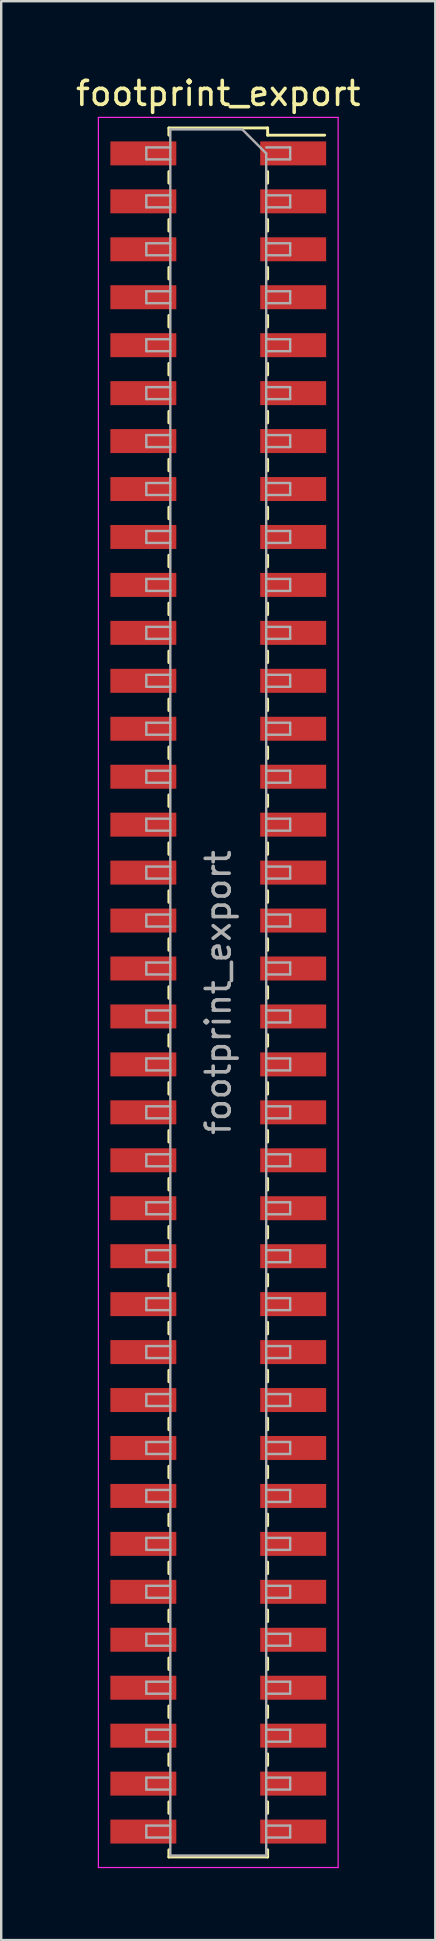
<source format=kicad_pcb>
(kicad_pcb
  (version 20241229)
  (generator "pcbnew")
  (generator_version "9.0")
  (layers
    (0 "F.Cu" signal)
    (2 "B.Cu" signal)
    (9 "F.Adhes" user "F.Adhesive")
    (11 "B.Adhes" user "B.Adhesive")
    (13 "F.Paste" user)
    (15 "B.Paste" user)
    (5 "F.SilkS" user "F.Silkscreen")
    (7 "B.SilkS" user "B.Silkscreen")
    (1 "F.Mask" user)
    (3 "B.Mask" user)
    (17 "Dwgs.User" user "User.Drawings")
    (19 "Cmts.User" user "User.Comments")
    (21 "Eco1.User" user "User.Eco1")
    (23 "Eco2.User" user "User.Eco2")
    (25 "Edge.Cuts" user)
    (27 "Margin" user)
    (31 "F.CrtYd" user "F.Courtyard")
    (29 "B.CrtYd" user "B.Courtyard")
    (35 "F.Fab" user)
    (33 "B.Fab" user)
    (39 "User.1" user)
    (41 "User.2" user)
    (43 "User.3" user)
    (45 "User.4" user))
  (footprint "footprint_export"
    (layer "F.Cu")
    (at 6.054 38.348)
    (property "Reference" "footprint_export" (at 0 -37.5 0) (layer "F.SilkS") (effects (font (size 1 1) (thickness 0.15))))
    (attr smd)
    (fp_line (start -2.06 -36.06) (end -2.06 -35.76) (stroke (width 0.12) (type solid)) (layer "F.SilkS"))
    (fp_line (start -2.06 -36.06) (end 2.06 -36.06) (stroke (width 0.12) (type solid)) (layer "F.SilkS"))
    (fp_line (start -2.06 -34.24) (end -2.06 -33.76) (stroke (width 0.12) (type solid)) (layer "F.SilkS"))
    (fp_line (start -2.06 -32.24) (end -2.06 -31.76) (stroke (width 0.12) (type solid)) (layer "F.SilkS"))
    (fp_line (start -2.06 -30.24) (end -2.06 -29.76) (stroke (width 0.12) (type solid)) (layer "F.SilkS"))
    (fp_line (start -2.06 -28.24) (end -2.06 -27.76) (stroke (width 0.12) (type solid)) (layer "F.SilkS"))
    (fp_line (start -2.06 -26.24) (end -2.06 -25.76) (stroke (width 0.12) (type solid)) (layer "F.SilkS"))
    (fp_line (start -2.06 -24.24) (end -2.06 -23.76) (stroke (width 0.12) (type solid)) (layer "F.SilkS"))
    (fp_line (start -2.06 -22.24) (end -2.06 -21.76) (stroke (width 0.12) (type solid)) (layer "F.SilkS"))
    (fp_line (start -2.06 -20.24) (end -2.06 -19.76) (stroke (width 0.12) (type solid)) (layer "F.SilkS"))
    (fp_line (start -2.06 -18.24) (end -2.06 -17.76) (stroke (width 0.12) (type solid)) (layer "F.SilkS"))
    (fp_line (start -2.06 -16.24) (end -2.06 -15.76) (stroke (width 0.12) (type solid)) (layer "F.SilkS"))
    (fp_line (start -2.06 -14.24) (end -2.06 -13.76) (stroke (width 0.12) (type solid)) (layer "F.SilkS"))
    (fp_line (start -2.06 -12.24) (end -2.06 -11.76) (stroke (width 0.12) (type solid)) (layer "F.SilkS"))
    (fp_line (start -2.06 -10.24) (end -2.06 -9.76) (stroke (width 0.12) (type solid)) (layer "F.SilkS"))
    (fp_line (start -2.06 -8.24) (end -2.06 -7.76) (stroke (width 0.12) (type solid)) (layer "F.SilkS"))
    (fp_line (start -2.06 -6.24) (end -2.06 -5.76) (stroke (width 0.12) (type solid)) (layer "F.SilkS"))
    (fp_line (start -2.06 -4.24) (end -2.06 -3.76) (stroke (width 0.12) (type solid)) (layer "F.SilkS"))
    (fp_line (start -2.06 -2.24) (end -2.06 -1.76) (stroke (width 0.12) (type solid)) (layer "F.SilkS"))
    (fp_line (start -2.06 -0.24) (end -2.06 0.24) (stroke (width 0.12) (type solid)) (layer "F.SilkS"))
    (fp_line (start -2.06 1.76) (end -2.06 2.24) (stroke (width 0.12) (type solid)) (layer "F.SilkS"))
    (fp_line (start -2.06 3.76) (end -2.06 4.24) (stroke (width 0.12) (type solid)) (layer "F.SilkS"))
    (fp_line (start -2.06 5.76) (end -2.06 6.24) (stroke (width 0.12) (type solid)) (layer "F.SilkS"))
    (fp_line (start -2.06 7.76) (end -2.06 8.24) (stroke (width 0.12) (type solid)) (layer "F.SilkS"))
    (fp_line (start -2.06 9.76) (end -2.06 10.24) (stroke (width 0.12) (type solid)) (layer "F.SilkS"))
    (fp_line (start -2.06 11.76) (end -2.06 12.24) (stroke (width 0.12) (type solid)) (layer "F.SilkS"))
    (fp_line (start -2.06 13.76) (end -2.06 14.24) (stroke (width 0.12) (type solid)) (layer "F.SilkS"))
    (fp_line (start -2.06 15.76) (end -2.06 16.24) (stroke (width 0.12) (type solid)) (layer "F.SilkS"))
    (fp_line (start -2.06 17.76) (end -2.06 18.24) (stroke (width 0.12) (type solid)) (layer "F.SilkS"))
    (fp_line (start -2.06 19.76) (end -2.06 20.24) (stroke (width 0.12) (type solid)) (layer "F.SilkS"))
    (fp_line (start -2.06 21.76) (end -2.06 22.24) (stroke (width 0.12) (type solid)) (layer "F.SilkS"))
    (fp_line (start -2.06 23.76) (end -2.06 24.24) (stroke (width 0.12) (type solid)) (layer "F.SilkS"))
    (fp_line (start -2.06 25.76) (end -2.06 26.24) (stroke (width 0.12) (type solid)) (layer "F.SilkS"))
    (fp_line (start -2.06 27.76) (end -2.06 28.24) (stroke (width 0.12) (type solid)) (layer "F.SilkS"))
    (fp_line (start -2.06 29.76) (end -2.06 30.24) (stroke (width 0.12) (type solid)) (layer "F.SilkS"))
    (fp_line (start -2.06 31.76) (end -2.06 32.24) (stroke (width 0.12) (type solid)) (layer "F.SilkS"))
    (fp_line (start -2.06 33.76) (end -2.06 34.24) (stroke (width 0.12) (type solid)) (layer "F.SilkS"))
    (fp_line (start -2.06 35.76) (end -2.06 36.06) (stroke (width 0.12) (type solid)) (layer "F.SilkS"))
    (fp_line (start -2.06 36.06) (end 2.06 36.06) (stroke (width 0.12) (type solid)) (layer "F.SilkS"))
    (fp_line (start 2.06 -36.06) (end 2.06 -35.76) (stroke (width 0.12) (type solid)) (layer "F.SilkS"))
    (fp_line (start 2.06 -35.76) (end 4.44 -35.76) (stroke (width 0.12) (type solid)) (layer "F.SilkS"))
    (fp_line (start 2.06 -34.24) (end 2.06 -33.76) (stroke (width 0.12) (type solid)) (layer "F.SilkS"))
    (fp_line (start 2.06 -32.24) (end 2.06 -31.76) (stroke (width 0.12) (type solid)) (layer "F.SilkS"))
    (fp_line (start 2.06 -30.24) (end 2.06 -29.76) (stroke (width 0.12) (type solid)) (layer "F.SilkS"))
    (fp_line (start 2.06 -28.24) (end 2.06 -27.76) (stroke (width 0.12) (type solid)) (layer "F.SilkS"))
    (fp_line (start 2.06 -26.24) (end 2.06 -25.76) (stroke (width 0.12) (type solid)) (layer "F.SilkS"))
    (fp_line (start 2.06 -24.24) (end 2.06 -23.76) (stroke (width 0.12) (type solid)) (layer "F.SilkS"))
    (fp_line (start 2.06 -22.24) (end 2.06 -21.76) (stroke (width 0.12) (type solid)) (layer "F.SilkS"))
    (fp_line (start 2.06 -20.24) (end 2.06 -19.76) (stroke (width 0.12) (type solid)) (layer "F.SilkS"))
    (fp_line (start 2.06 -18.24) (end 2.06 -17.76) (stroke (width 0.12) (type solid)) (layer "F.SilkS"))
    (fp_line (start 2.06 -16.24) (end 2.06 -15.76) (stroke (width 0.12) (type solid)) (layer "F.SilkS"))
    (fp_line (start 2.06 -14.24) (end 2.06 -13.76) (stroke (width 0.12) (type solid)) (layer "F.SilkS"))
    (fp_line (start 2.06 -12.24) (end 2.06 -11.76) (stroke (width 0.12) (type solid)) (layer "F.SilkS"))
    (fp_line (start 2.06 -10.24) (end 2.06 -9.76) (stroke (width 0.12) (type solid)) (layer "F.SilkS"))
    (fp_line (start 2.06 -8.24) (end 2.06 -7.76) (stroke (width 0.12) (type solid)) (layer "F.SilkS"))
    (fp_line (start 2.06 -6.24) (end 2.06 -5.76) (stroke (width 0.12) (type solid)) (layer "F.SilkS"))
    (fp_line (start 2.06 -4.24) (end 2.06 -3.76) (stroke (width 0.12) (type solid)) (layer "F.SilkS"))
    (fp_line (start 2.06 -2.24) (end 2.06 -1.76) (stroke (width 0.12) (type solid)) (layer "F.SilkS"))
    (fp_line (start 2.06 -0.24) (end 2.06 0.24) (stroke (width 0.12) (type solid)) (layer "F.SilkS"))
    (fp_line (start 2.06 1.76) (end 2.06 2.24) (stroke (width 0.12) (type solid)) (layer "F.SilkS"))
    (fp_line (start 2.06 3.76) (end 2.06 4.24) (stroke (width 0.12) (type solid)) (layer "F.SilkS"))
    (fp_line (start 2.06 5.76) (end 2.06 6.24) (stroke (width 0.12) (type solid)) (layer "F.SilkS"))
    (fp_line (start 2.06 7.76) (end 2.06 8.24) (stroke (width 0.12) (type solid)) (layer "F.SilkS"))
    (fp_line (start 2.06 9.76) (end 2.06 10.24) (stroke (width 0.12) (type solid)) (layer "F.SilkS"))
    (fp_line (start 2.06 11.76) (end 2.06 12.24) (stroke (width 0.12) (type solid)) (layer "F.SilkS"))
    (fp_line (start 2.06 13.76) (end 2.06 14.24) (stroke (width 0.12) (type solid)) (layer "F.SilkS"))
    (fp_line (start 2.06 15.76) (end 2.06 16.24) (stroke (width 0.12) (type solid)) (layer "F.SilkS"))
    (fp_line (start 2.06 17.76) (end 2.06 18.24) (stroke (width 0.12) (type solid)) (layer "F.SilkS"))
    (fp_line (start 2.06 19.76) (end 2.06 20.24) (stroke (width 0.12) (type solid)) (layer "F.SilkS"))
    (fp_line (start 2.06 21.76) (end 2.06 22.24) (stroke (width 0.12) (type solid)) (layer "F.SilkS"))
    (fp_line (start 2.06 23.76) (end 2.06 24.24) (stroke (width 0.12) (type solid)) (layer "F.SilkS"))
    (fp_line (start 2.06 25.76) (end 2.06 26.24) (stroke (width 0.12) (type solid)) (layer "F.SilkS"))
    (fp_line (start 2.06 27.76) (end 2.06 28.24) (stroke (width 0.12) (type solid)) (layer "F.SilkS"))
    (fp_line (start 2.06 29.76) (end 2.06 30.24) (stroke (width 0.12) (type solid)) (layer "F.SilkS"))
    (fp_line (start 2.06 31.76) (end 2.06 32.24) (stroke (width 0.12) (type solid)) (layer "F.SilkS"))
    (fp_line (start 2.06 33.76) (end 2.06 34.24) (stroke (width 0.12) (type solid)) (layer "F.SilkS"))
    (fp_line (start 2.06 35.76) (end 2.06 36.06) (stroke (width 0.12) (type solid)) (layer "F.SilkS"))
    (fp_line (start -5 -36.5) (end 5 -36.5) (stroke (width 0.05) (type solid)) (layer "F.CrtYd"))
    (fp_line (start -5 36.5) (end -5 -36.5) (stroke (width 0.05) (type solid)) (layer "F.CrtYd"))
    (fp_line (start 5 -36.5) (end 5 36.5) (stroke (width 0.05) (type solid)) (layer "F.CrtYd"))
    (fp_line (start 5 36.5) (end -5 36.5) (stroke (width 0.05) (type solid)) (layer "F.CrtYd"))
    (fp_line (start -3 -35.25) (end -2 -35.25) (stroke (width 0.1) (type solid)) (layer "F.Fab"))
    (fp_line (start -3 -34.75) (end -3 -35.25) (stroke (width 0.1) (type solid)) (layer "F.Fab"))
    (fp_line (start -3 -33.25) (end -2 -33.25) (stroke (width 0.1) (type solid)) (layer "F.Fab"))
    (fp_line (start -3 -32.75) (end -3 -33.25) (stroke (width 0.1) (type solid)) (layer "F.Fab"))
    (fp_line (start -3 -31.25) (end -2 -31.25) (stroke (width 0.1) (type solid)) (layer "F.Fab"))
    (fp_line (start -3 -30.75) (end -3 -31.25) (stroke (width 0.1) (type solid)) (layer "F.Fab"))
    (fp_line (start -3 -29.25) (end -2 -29.25) (stroke (width 0.1) (type solid)) (layer "F.Fab"))
    (fp_line (start -3 -28.75) (end -3 -29.25) (stroke (width 0.1) (type solid)) (layer "F.Fab"))
    (fp_line (start -3 -27.25) (end -2 -27.25) (stroke (width 0.1) (type solid)) (layer "F.Fab"))
    (fp_line (start -3 -26.75) (end -3 -27.25) (stroke (width 0.1) (type solid)) (layer "F.Fab"))
    (fp_line (start -3 -25.25) (end -2 -25.25) (stroke (width 0.1) (type solid)) (layer "F.Fab"))
    (fp_line (start -3 -24.75) (end -3 -25.25) (stroke (width 0.1) (type solid)) (layer "F.Fab"))
    (fp_line (start -3 -23.25) (end -2 -23.25) (stroke (width 0.1) (type solid)) (layer "F.Fab"))
    (fp_line (start -3 -22.75) (end -3 -23.25) (stroke (width 0.1) (type solid)) (layer "F.Fab"))
    (fp_line (start -3 -21.25) (end -2 -21.25) (stroke (width 0.1) (type solid)) (layer "F.Fab"))
    (fp_line (start -3 -20.75) (end -3 -21.25) (stroke (width 0.1) (type solid)) (layer "F.Fab"))
    (fp_line (start -3 -19.25) (end -2 -19.25) (stroke (width 0.1) (type solid)) (layer "F.Fab"))
    (fp_line (start -3 -18.75) (end -3 -19.25) (stroke (width 0.1) (type solid)) (layer "F.Fab"))
    (fp_line (start -3 -17.25) (end -2 -17.25) (stroke (width 0.1) (type solid)) (layer "F.Fab"))
    (fp_line (start -3 -16.75) (end -3 -17.25) (stroke (width 0.1) (type solid)) (layer "F.Fab"))
    (fp_line (start -3 -15.25) (end -2 -15.25) (stroke (width 0.1) (type solid)) (layer "F.Fab"))
    (fp_line (start -3 -14.75) (end -3 -15.25) (stroke (width 0.1) (type solid)) (layer "F.Fab"))
    (fp_line (start -3 -13.25) (end -2 -13.25) (stroke (width 0.1) (type solid)) (layer "F.Fab"))
    (fp_line (start -3 -12.75) (end -3 -13.25) (stroke (width 0.1) (type solid)) (layer "F.Fab"))
    (fp_line (start -3 -11.25) (end -2 -11.25) (stroke (width 0.1) (type solid)) (layer "F.Fab"))
    (fp_line (start -3 -10.75) (end -3 -11.25) (stroke (width 0.1) (type solid)) (layer "F.Fab"))
    (fp_line (start -3 -9.25) (end -2 -9.25) (stroke (width 0.1) (type solid)) (layer "F.Fab"))
    (fp_line (start -3 -8.75) (end -3 -9.25) (stroke (width 0.1) (type solid)) (layer "F.Fab"))
    (fp_line (start -3 -7.25) (end -2 -7.25) (stroke (width 0.1) (type solid)) (layer "F.Fab"))
    (fp_line (start -3 -6.75) (end -3 -7.25) (stroke (width 0.1) (type solid)) (layer "F.Fab"))
    (fp_line (start -3 -5.25) (end -2 -5.25) (stroke (width 0.1) (type solid)) (layer "F.Fab"))
    (fp_line (start -3 -4.75) (end -3 -5.25) (stroke (width 0.1) (type solid)) (layer "F.Fab"))
    (fp_line (start -3 -3.25) (end -2 -3.25) (stroke (width 0.1) (type solid)) (layer "F.Fab"))
    (fp_line (start -3 -2.75) (end -3 -3.25) (stroke (width 0.1) (type solid)) (layer "F.Fab"))
    (fp_line (start -3 -1.25) (end -2 -1.25) (stroke (width 0.1) (type solid)) (layer "F.Fab"))
    (fp_line (start -3 -0.75) (end -3 -1.25) (stroke (width 0.1) (type solid)) (layer "F.Fab"))
    (fp_line (start -3 0.75) (end -2 0.75) (stroke (width 0.1) (type solid)) (layer "F.Fab"))
    (fp_line (start -3 1.25) (end -3 0.75) (stroke (width 0.1) (type solid)) (layer "F.Fab"))
    (fp_line (start -3 2.75) (end -2 2.75) (stroke (width 0.1) (type solid)) (layer "F.Fab"))
    (fp_line (start -3 3.25) (end -3 2.75) (stroke (width 0.1) (type solid)) (layer "F.Fab"))
    (fp_line (start -3 4.75) (end -2 4.75) (stroke (width 0.1) (type solid)) (layer "F.Fab"))
    (fp_line (start -3 5.25) (end -3 4.75) (stroke (width 0.1) (type solid)) (layer "F.Fab"))
    (fp_line (start -3 6.75) (end -2 6.75) (stroke (width 0.1) (type solid)) (layer "F.Fab"))
    (fp_line (start -3 7.25) (end -3 6.75) (stroke (width 0.1) (type solid)) (layer "F.Fab"))
    (fp_line (start -3 8.75) (end -2 8.75) (stroke (width 0.1) (type solid)) (layer "F.Fab"))
    (fp_line (start -3 9.25) (end -3 8.75) (stroke (width 0.1) (type solid)) (layer "F.Fab"))
    (fp_line (start -3 10.75) (end -2 10.75) (stroke (width 0.1) (type solid)) (layer "F.Fab"))
    (fp_line (start -3 11.25) (end -3 10.75) (stroke (width 0.1) (type solid)) (layer "F.Fab"))
    (fp_line (start -3 12.75) (end -2 12.75) (stroke (width 0.1) (type solid)) (layer "F.Fab"))
    (fp_line (start -3 13.25) (end -3 12.75) (stroke (width 0.1) (type solid)) (layer "F.Fab"))
    (fp_line (start -3 14.75) (end -2 14.75) (stroke (width 0.1) (type solid)) (layer "F.Fab"))
    (fp_line (start -3 15.25) (end -3 14.75) (stroke (width 0.1) (type solid)) (layer "F.Fab"))
    (fp_line (start -3 16.75) (end -2 16.75) (stroke (width 0.1) (type solid)) (layer "F.Fab"))
    (fp_line (start -3 17.25) (end -3 16.75) (stroke (width 0.1) (type solid)) (layer "F.Fab"))
    (fp_line (start -3 18.75) (end -2 18.75) (stroke (width 0.1) (type solid)) (layer "F.Fab"))
    (fp_line (start -3 19.25) (end -3 18.75) (stroke (width 0.1) (type solid)) (layer "F.Fab"))
    (fp_line (start -3 20.75) (end -2 20.75) (stroke (width 0.1) (type solid)) (layer "F.Fab"))
    (fp_line (start -3 21.25) (end -3 20.75) (stroke (width 0.1) (type solid)) (layer "F.Fab"))
    (fp_line (start -3 22.75) (end -2 22.75) (stroke (width 0.1) (type solid)) (layer "F.Fab"))
    (fp_line (start -3 23.25) (end -3 22.75) (stroke (width 0.1) (type solid)) (layer "F.Fab"))
    (fp_line (start -3 24.75) (end -2 24.75) (stroke (width 0.1) (type solid)) (layer "F.Fab"))
    (fp_line (start -3 25.25) (end -3 24.75) (stroke (width 0.1) (type solid)) (layer "F.Fab"))
    (fp_line (start -3 26.75) (end -2 26.75) (stroke (width 0.1) (type solid)) (layer "F.Fab"))
    (fp_line (start -3 27.25) (end -3 26.75) (stroke (width 0.1) (type solid)) (layer "F.Fab"))
    (fp_line (start -3 28.75) (end -2 28.75) (stroke (width 0.1) (type solid)) (layer "F.Fab"))
    (fp_line (start -3 29.25) (end -3 28.75) (stroke (width 0.1) (type solid)) (layer "F.Fab"))
    (fp_line (start -3 30.75) (end -2 30.75) (stroke (width 0.1) (type solid)) (layer "F.Fab"))
    (fp_line (start -3 31.25) (end -3 30.75) (stroke (width 0.1) (type solid)) (layer "F.Fab"))
    (fp_line (start -3 32.75) (end -2 32.75) (stroke (width 0.1) (type solid)) (layer "F.Fab"))
    (fp_line (start -3 33.25) (end -3 32.75) (stroke (width 0.1) (type solid)) (layer "F.Fab"))
    (fp_line (start -3 34.75) (end -2 34.75) (stroke (width 0.1) (type solid)) (layer "F.Fab"))
    (fp_line (start -3 35.25) (end -3 34.75) (stroke (width 0.1) (type solid)) (layer "F.Fab"))
    (fp_line (start -2 -36) (end 1 -36) (stroke (width 0.1) (type solid)) (layer "F.Fab"))
    (fp_line (start -2 -34.75) (end -3 -34.75) (stroke (width 0.1) (type solid)) (layer "F.Fab"))
    (fp_line (start -2 -32.75) (end -3 -32.75) (stroke (width 0.1) (type solid)) (layer "F.Fab"))
    (fp_line (start -2 -30.75) (end -3 -30.75) (stroke (width 0.1) (type solid)) (layer "F.Fab"))
    (fp_line (start -2 -28.75) (end -3 -28.75) (stroke (width 0.1) (type solid)) (layer "F.Fab"))
    (fp_line (start -2 -26.75) (end -3 -26.75) (stroke (width 0.1) (type solid)) (layer "F.Fab"))
    (fp_line (start -2 -24.75) (end -3 -24.75) (stroke (width 0.1) (type solid)) (layer "F.Fab"))
    (fp_line (start -2 -22.75) (end -3 -22.75) (stroke (width 0.1) (type solid)) (layer "F.Fab"))
    (fp_line (start -2 -20.75) (end -3 -20.75) (stroke (width 0.1) (type solid)) (layer "F.Fab"))
    (fp_line (start -2 -18.75) (end -3 -18.75) (stroke (width 0.1) (type solid)) (layer "F.Fab"))
    (fp_line (start -2 -16.75) (end -3 -16.75) (stroke (width 0.1) (type solid)) (layer "F.Fab"))
    (fp_line (start -2 -14.75) (end -3 -14.75) (stroke (width 0.1) (type solid)) (layer "F.Fab"))
    (fp_line (start -2 -12.75) (end -3 -12.75) (stroke (width 0.1) (type solid)) (layer "F.Fab"))
    (fp_line (start -2 -10.75) (end -3 -10.75) (stroke (width 0.1) (type solid)) (layer "F.Fab"))
    (fp_line (start -2 -8.75) (end -3 -8.75) (stroke (width 0.1) (type solid)) (layer "F.Fab"))
    (fp_line (start -2 -6.75) (end -3 -6.75) (stroke (width 0.1) (type solid)) (layer "F.Fab"))
    (fp_line (start -2 -4.75) (end -3 -4.75) (stroke (width 0.1) (type solid)) (layer "F.Fab"))
    (fp_line (start -2 -2.75) (end -3 -2.75) (stroke (width 0.1) (type solid)) (layer "F.Fab"))
    (fp_line (start -2 -0.75) (end -3 -0.75) (stroke (width 0.1) (type solid)) (layer "F.Fab"))
    (fp_line (start -2 1.25) (end -3 1.25) (stroke (width 0.1) (type solid)) (layer "F.Fab"))
    (fp_line (start -2 3.25) (end -3 3.25) (stroke (width 0.1) (type solid)) (layer "F.Fab"))
    (fp_line (start -2 5.25) (end -3 5.25) (stroke (width 0.1) (type solid)) (layer "F.Fab"))
    (fp_line (start -2 7.25) (end -3 7.25) (stroke (width 0.1) (type solid)) (layer "F.Fab"))
    (fp_line (start -2 9.25) (end -3 9.25) (stroke (width 0.1) (type solid)) (layer "F.Fab"))
    (fp_line (start -2 11.25) (end -3 11.25) (stroke (width 0.1) (type solid)) (layer "F.Fab"))
    (fp_line (start -2 13.25) (end -3 13.25) (stroke (width 0.1) (type solid)) (layer "F.Fab"))
    (fp_line (start -2 15.25) (end -3 15.25) (stroke (width 0.1) (type solid)) (layer "F.Fab"))
    (fp_line (start -2 17.25) (end -3 17.25) (stroke (width 0.1) (type solid)) (layer "F.Fab"))
    (fp_line (start -2 19.25) (end -3 19.25) (stroke (width 0.1) (type solid)) (layer "F.Fab"))
    (fp_line (start -2 21.25) (end -3 21.25) (stroke (width 0.1) (type solid)) (layer "F.Fab"))
    (fp_line (start -2 23.25) (end -3 23.25) (stroke (width 0.1) (type solid)) (layer "F.Fab"))
    (fp_line (start -2 25.25) (end -3 25.25) (stroke (width 0.1) (type solid)) (layer "F.Fab"))
    (fp_line (start -2 27.25) (end -3 27.25) (stroke (width 0.1) (type solid)) (layer "F.Fab"))
    (fp_line (start -2 29.25) (end -3 29.25) (stroke (width 0.1) (type solid)) (layer "F.Fab"))
    (fp_line (start -2 31.25) (end -3 31.25) (stroke (width 0.1) (type solid)) (layer "F.Fab"))
    (fp_line (start -2 33.25) (end -3 33.25) (stroke (width 0.1) (type solid)) (layer "F.Fab"))
    (fp_line (start -2 35.25) (end -3 35.25) (stroke (width 0.1) (type solid)) (layer "F.Fab"))
    (fp_line (start -2 36) (end -2 -36) (stroke (width 0.1) (type solid)) (layer "F.Fab"))
    (fp_line (start 1 -36) (end 2 -35) (stroke (width 0.1) (type solid)) (layer "F.Fab"))
    (fp_line (start 2 -35.25) (end 3 -35.25) (stroke (width 0.1) (type solid)) (layer "F.Fab"))
    (fp_line (start 2 -35) (end 2 36) (stroke (width 0.1) (type solid)) (layer "F.Fab"))
    (fp_line (start 2 -33.25) (end 3 -33.25) (stroke (width 0.1) (type solid)) (layer "F.Fab"))
    (fp_line (start 2 -31.25) (end 3 -31.25) (stroke (width 0.1) (type solid)) (layer "F.Fab"))
    (fp_line (start 2 -29.25) (end 3 -29.25) (stroke (width 0.1) (type solid)) (layer "F.Fab"))
    (fp_line (start 2 -27.25) (end 3 -27.25) (stroke (width 0.1) (type solid)) (layer "F.Fab"))
    (fp_line (start 2 -25.25) (end 3 -25.25) (stroke (width 0.1) (type solid)) (layer "F.Fab"))
    (fp_line (start 2 -23.25) (end 3 -23.25) (stroke (width 0.1) (type solid)) (layer "F.Fab"))
    (fp_line (start 2 -21.25) (end 3 -21.25) (stroke (width 0.1) (type solid)) (layer "F.Fab"))
    (fp_line (start 2 -19.25) (end 3 -19.25) (stroke (width 0.1) (type solid)) (layer "F.Fab"))
    (fp_line (start 2 -17.25) (end 3 -17.25) (stroke (width 0.1) (type solid)) (layer "F.Fab"))
    (fp_line (start 2 -15.25) (end 3 -15.25) (stroke (width 0.1) (type solid)) (layer "F.Fab"))
    (fp_line (start 2 -13.25) (end 3 -13.25) (stroke (width 0.1) (type solid)) (layer "F.Fab"))
    (fp_line (start 2 -11.25) (end 3 -11.25) (stroke (width 0.1) (type solid)) (layer "F.Fab"))
    (fp_line (start 2 -9.25) (end 3 -9.25) (stroke (width 0.1) (type solid)) (layer "F.Fab"))
    (fp_line (start 2 -7.25) (end 3 -7.25) (stroke (width 0.1) (type solid)) (layer "F.Fab"))
    (fp_line (start 2 -5.25) (end 3 -5.25) (stroke (width 0.1) (type solid)) (layer "F.Fab"))
    (fp_line (start 2 -3.25) (end 3 -3.25) (stroke (width 0.1) (type solid)) (layer "F.Fab"))
    (fp_line (start 2 -1.25) (end 3 -1.25) (stroke (width 0.1) (type solid)) (layer "F.Fab"))
    (fp_line (start 2 0.75) (end 3 0.75) (stroke (width 0.1) (type solid)) (layer "F.Fab"))
    (fp_line (start 2 2.75) (end 3 2.75) (stroke (width 0.1) (type solid)) (layer "F.Fab"))
    (fp_line (start 2 4.75) (end 3 4.75) (stroke (width 0.1) (type solid)) (layer "F.Fab"))
    (fp_line (start 2 6.75) (end 3 6.75) (stroke (width 0.1) (type solid)) (layer "F.Fab"))
    (fp_line (start 2 8.75) (end 3 8.75) (stroke (width 0.1) (type solid)) (layer "F.Fab"))
    (fp_line (start 2 10.75) (end 3 10.75) (stroke (width 0.1) (type solid)) (layer "F.Fab"))
    (fp_line (start 2 12.75) (end 3 12.75) (stroke (width 0.1) (type solid)) (layer "F.Fab"))
    (fp_line (start 2 14.75) (end 3 14.75) (stroke (width 0.1) (type solid)) (layer "F.Fab"))
    (fp_line (start 2 16.75) (end 3 16.75) (stroke (width 0.1) (type solid)) (layer "F.Fab"))
    (fp_line (start 2 18.75) (end 3 18.75) (stroke (width 0.1) (type solid)) (layer "F.Fab"))
    (fp_line (start 2 20.75) (end 3 20.75) (stroke (width 0.1) (type solid)) (layer "F.Fab"))
    (fp_line (start 2 22.75) (end 3 22.75) (stroke (width 0.1) (type solid)) (layer "F.Fab"))
    (fp_line (start 2 24.75) (end 3 24.75) (stroke (width 0.1) (type solid)) (layer "F.Fab"))
    (fp_line (start 2 26.75) (end 3 26.75) (stroke (width 0.1) (type solid)) (layer "F.Fab"))
    (fp_line (start 2 28.75) (end 3 28.75) (stroke (width 0.1) (type solid)) (layer "F.Fab"))
    (fp_line (start 2 30.75) (end 3 30.75) (stroke (width 0.1) (type solid)) (layer "F.Fab"))
    (fp_line (start 2 32.75) (end 3 32.75) (stroke (width 0.1) (type solid)) (layer "F.Fab"))
    (fp_line (start 2 34.75) (end 3 34.75) (stroke (width 0.1) (type solid)) (layer "F.Fab"))
    (fp_line (start 2 36) (end -2 36) (stroke (width 0.1) (type solid)) (layer "F.Fab"))
    (fp_line (start 3 -35.25) (end 3 -34.75) (stroke (width 0.1) (type solid)) (layer "F.Fab"))
    (fp_line (start 3 -34.75) (end 2 -34.75) (stroke (width 0.1) (type solid)) (layer "F.Fab"))
    (fp_line (start 3 -33.25) (end 3 -32.75) (stroke (width 0.1) (type solid)) (layer "F.Fab"))
    (fp_line (start 3 -32.75) (end 2 -32.75) (stroke (width 0.1) (type solid)) (layer "F.Fab"))
    (fp_line (start 3 -31.25) (end 3 -30.75) (stroke (width 0.1) (type solid)) (layer "F.Fab"))
    (fp_line (start 3 -30.75) (end 2 -30.75) (stroke (width 0.1) (type solid)) (layer "F.Fab"))
    (fp_line (start 3 -29.25) (end 3 -28.75) (stroke (width 0.1) (type solid)) (layer "F.Fab"))
    (fp_line (start 3 -28.75) (end 2 -28.75) (stroke (width 0.1) (type solid)) (layer "F.Fab"))
    (fp_line (start 3 -27.25) (end 3 -26.75) (stroke (width 0.1) (type solid)) (layer "F.Fab"))
    (fp_line (start 3 -26.75) (end 2 -26.75) (stroke (width 0.1) (type solid)) (layer "F.Fab"))
    (fp_line (start 3 -25.25) (end 3 -24.75) (stroke (width 0.1) (type solid)) (layer "F.Fab"))
    (fp_line (start 3 -24.75) (end 2 -24.75) (stroke (width 0.1) (type solid)) (layer "F.Fab"))
    (fp_line (start 3 -23.25) (end 3 -22.75) (stroke (width 0.1) (type solid)) (layer "F.Fab"))
    (fp_line (start 3 -22.75) (end 2 -22.75) (stroke (width 0.1) (type solid)) (layer "F.Fab"))
    (fp_line (start 3 -21.25) (end 3 -20.75) (stroke (width 0.1) (type solid)) (layer "F.Fab"))
    (fp_line (start 3 -20.75) (end 2 -20.75) (stroke (width 0.1) (type solid)) (layer "F.Fab"))
    (fp_line (start 3 -19.25) (end 3 -18.75) (stroke (width 0.1) (type solid)) (layer "F.Fab"))
    (fp_line (start 3 -18.75) (end 2 -18.75) (stroke (width 0.1) (type solid)) (layer "F.Fab"))
    (fp_line (start 3 -17.25) (end 3 -16.75) (stroke (width 0.1) (type solid)) (layer "F.Fab"))
    (fp_line (start 3 -16.75) (end 2 -16.75) (stroke (width 0.1) (type solid)) (layer "F.Fab"))
    (fp_line (start 3 -15.25) (end 3 -14.75) (stroke (width 0.1) (type solid)) (layer "F.Fab"))
    (fp_line (start 3 -14.75) (end 2 -14.75) (stroke (width 0.1) (type solid)) (layer "F.Fab"))
    (fp_line (start 3 -13.25) (end 3 -12.75) (stroke (width 0.1) (type solid)) (layer "F.Fab"))
    (fp_line (start 3 -12.75) (end 2 -12.75) (stroke (width 0.1) (type solid)) (layer "F.Fab"))
    (fp_line (start 3 -11.25) (end 3 -10.75) (stroke (width 0.1) (type solid)) (layer "F.Fab"))
    (fp_line (start 3 -10.75) (end 2 -10.75) (stroke (width 0.1) (type solid)) (layer "F.Fab"))
    (fp_line (start 3 -9.25) (end 3 -8.75) (stroke (width 0.1) (type solid)) (layer "F.Fab"))
    (fp_line (start 3 -8.75) (end 2 -8.75) (stroke (width 0.1) (type solid)) (layer "F.Fab"))
    (fp_line (start 3 -7.25) (end 3 -6.75) (stroke (width 0.1) (type solid)) (layer "F.Fab"))
    (fp_line (start 3 -6.75) (end 2 -6.75) (stroke (width 0.1) (type solid)) (layer "F.Fab"))
    (fp_line (start 3 -5.25) (end 3 -4.75) (stroke (width 0.1) (type solid)) (layer "F.Fab"))
    (fp_line (start 3 -4.75) (end 2 -4.75) (stroke (width 0.1) (type solid)) (layer "F.Fab"))
    (fp_line (start 3 -3.25) (end 3 -2.75) (stroke (width 0.1) (type solid)) (layer "F.Fab"))
    (fp_line (start 3 -2.75) (end 2 -2.75) (stroke (width 0.1) (type solid)) (layer "F.Fab"))
    (fp_line (start 3 -1.25) (end 3 -0.75) (stroke (width 0.1) (type solid)) (layer "F.Fab"))
    (fp_line (start 3 -0.75) (end 2 -0.75) (stroke (width 0.1) (type solid)) (layer "F.Fab"))
    (fp_line (start 3 0.75) (end 3 1.25) (stroke (width 0.1) (type solid)) (layer "F.Fab"))
    (fp_line (start 3 1.25) (end 2 1.25) (stroke (width 0.1) (type solid)) (layer "F.Fab"))
    (fp_line (start 3 2.75) (end 3 3.25) (stroke (width 0.1) (type solid)) (layer "F.Fab"))
    (fp_line (start 3 3.25) (end 2 3.25) (stroke (width 0.1) (type solid)) (layer "F.Fab"))
    (fp_line (start 3 4.75) (end 3 5.25) (stroke (width 0.1) (type solid)) (layer "F.Fab"))
    (fp_line (start 3 5.25) (end 2 5.25) (stroke (width 0.1) (type solid)) (layer "F.Fab"))
    (fp_line (start 3 6.75) (end 3 7.25) (stroke (width 0.1) (type solid)) (layer "F.Fab"))
    (fp_line (start 3 7.25) (end 2 7.25) (stroke (width 0.1) (type solid)) (layer "F.Fab"))
    (fp_line (start 3 8.75) (end 3 9.25) (stroke (width 0.1) (type solid)) (layer "F.Fab"))
    (fp_line (start 3 9.25) (end 2 9.25) (stroke (width 0.1) (type solid)) (layer "F.Fab"))
    (fp_line (start 3 10.75) (end 3 11.25) (stroke (width 0.1) (type solid)) (layer "F.Fab"))
    (fp_line (start 3 11.25) (end 2 11.25) (stroke (width 0.1) (type solid)) (layer "F.Fab"))
    (fp_line (start 3 12.75) (end 3 13.25) (stroke (width 0.1) (type solid)) (layer "F.Fab"))
    (fp_line (start 3 13.25) (end 2 13.25) (stroke (width 0.1) (type solid)) (layer "F.Fab"))
    (fp_line (start 3 14.75) (end 3 15.25) (stroke (width 0.1) (type solid)) (layer "F.Fab"))
    (fp_line (start 3 15.25) (end 2 15.25) (stroke (width 0.1) (type solid)) (layer "F.Fab"))
    (fp_line (start 3 16.75) (end 3 17.25) (stroke (width 0.1) (type solid)) (layer "F.Fab"))
    (fp_line (start 3 17.25) (end 2 17.25) (stroke (width 0.1) (type solid)) (layer "F.Fab"))
    (fp_line (start 3 18.75) (end 3 19.25) (stroke (width 0.1) (type solid)) (layer "F.Fab"))
    (fp_line (start 3 19.25) (end 2 19.25) (stroke (width 0.1) (type solid)) (layer "F.Fab"))
    (fp_line (start 3 20.75) (end 3 21.25) (stroke (width 0.1) (type solid)) (layer "F.Fab"))
    (fp_line (start 3 21.25) (end 2 21.25) (stroke (width 0.1) (type solid)) (layer "F.Fab"))
    (fp_line (start 3 22.75) (end 3 23.25) (stroke (width 0.1) (type solid)) (layer "F.Fab"))
    (fp_line (start 3 23.25) (end 2 23.25) (stroke (width 0.1) (type solid)) (layer "F.Fab"))
    (fp_line (start 3 24.75) (end 3 25.25) (stroke (width 0.1) (type solid)) (layer "F.Fab"))
    (fp_line (start 3 25.25) (end 2 25.25) (stroke (width 0.1) (type solid)) (layer "F.Fab"))
    (fp_line (start 3 26.75) (end 3 27.25) (stroke (width 0.1) (type solid)) (layer "F.Fab"))
    (fp_line (start 3 27.25) (end 2 27.25) (stroke (width 0.1) (type solid)) (layer "F.Fab"))
    (fp_line (start 3 28.75) (end 3 29.25) (stroke (width 0.1) (type solid)) (layer "F.Fab"))
    (fp_line (start 3 29.25) (end 2 29.25) (stroke (width 0.1) (type solid)) (layer "F.Fab"))
    (fp_line (start 3 30.75) (end 3 31.25) (stroke (width 0.1) (type solid)) (layer "F.Fab"))
    (fp_line (start 3 31.25) (end 2 31.25) (stroke (width 0.1) (type solid)) (layer "F.Fab"))
    (fp_line (start 3 32.75) (end 3 33.25) (stroke (width 0.1) (type solid)) (layer "F.Fab"))
    (fp_line (start 3 33.25) (end 2 33.25) (stroke (width 0.1) (type solid)) (layer "F.Fab"))
    (fp_line (start 3 34.75) (end 3 35.25) (stroke (width 0.1) (type solid)) (layer "F.Fab"))
    (fp_line (start 3 35.25) (end 2 35.25) (stroke (width 0.1) (type solid)) (layer "F.Fab"))
    (fp_text user "${REFERENCE}" (at 0 0 90) (layer "F.Fab") (effects (font (size 1 1) (thickness 0.15))))
    (pad "1" smd rect (at 3.125 -35) (size 2.75 1) (layers "F.Cu" "F.Mask" "F.Paste"))
    (pad "2" smd rect (at -3.125 -35) (size 2.75 1) (layers "F.Cu" "F.Mask" "F.Paste"))
    (pad "3" smd rect (at 3.125 -33) (size 2.75 1) (layers "F.Cu" "F.Mask" "F.Paste"))
    (pad "4" smd rect (at -3.125 -33) (size 2.75 1) (layers "F.Cu" "F.Mask" "F.Paste"))
    (pad "5" smd rect (at 3.125 -31) (size 2.75 1) (layers "F.Cu" "F.Mask" "F.Paste"))
    (pad "6" smd rect (at -3.125 -31) (size 2.75 1) (layers "F.Cu" "F.Mask" "F.Paste"))
    (pad "7" smd rect (at 3.125 -29) (size 2.75 1) (layers "F.Cu" "F.Mask" "F.Paste"))
    (pad "8" smd rect (at -3.125 -29) (size 2.75 1) (layers "F.Cu" "F.Mask" "F.Paste"))
    (pad "9" smd rect (at 3.125 -27) (size 2.75 1) (layers "F.Cu" "F.Mask" "F.Paste"))
    (pad "10" smd rect (at -3.125 -27) (size 2.75 1) (layers "F.Cu" "F.Mask" "F.Paste"))
    (pad "11" smd rect (at 3.125 -25) (size 2.75 1) (layers "F.Cu" "F.Mask" "F.Paste"))
    (pad "12" smd rect (at -3.125 -25) (size 2.75 1) (layers "F.Cu" "F.Mask" "F.Paste"))
    (pad "13" smd rect (at 3.125 -23) (size 2.75 1) (layers "F.Cu" "F.Mask" "F.Paste"))
    (pad "14" smd rect (at -3.125 -23) (size 2.75 1) (layers "F.Cu" "F.Mask" "F.Paste"))
    (pad "15" smd rect (at 3.125 -21) (size 2.75 1) (layers "F.Cu" "F.Mask" "F.Paste"))
    (pad "16" smd rect (at -3.125 -21) (size 2.75 1) (layers "F.Cu" "F.Mask" "F.Paste"))
    (pad "17" smd rect (at 3.125 -19) (size 2.75 1) (layers "F.Cu" "F.Mask" "F.Paste"))
    (pad "18" smd rect (at -3.125 -19) (size 2.75 1) (layers "F.Cu" "F.Mask" "F.Paste"))
    (pad "19" smd rect (at 3.125 -17) (size 2.75 1) (layers "F.Cu" "F.Mask" "F.Paste"))
    (pad "20" smd rect (at -3.125 -17) (size 2.75 1) (layers "F.Cu" "F.Mask" "F.Paste"))
    (pad "21" smd rect (at 3.125 -15) (size 2.75 1) (layers "F.Cu" "F.Mask" "F.Paste"))
    (pad "22" smd rect (at -3.125 -15) (size 2.75 1) (layers "F.Cu" "F.Mask" "F.Paste"))
    (pad "23" smd rect (at 3.125 -13) (size 2.75 1) (layers "F.Cu" "F.Mask" "F.Paste"))
    (pad "24" smd rect (at -3.125 -13) (size 2.75 1) (layers "F.Cu" "F.Mask" "F.Paste"))
    (pad "25" smd rect (at 3.125 -11) (size 2.75 1) (layers "F.Cu" "F.Mask" "F.Paste"))
    (pad "26" smd rect (at -3.125 -11) (size 2.75 1) (layers "F.Cu" "F.Mask" "F.Paste"))
    (pad "27" smd rect (at 3.125 -9) (size 2.75 1) (layers "F.Cu" "F.Mask" "F.Paste"))
    (pad "28" smd rect (at -3.125 -9) (size 2.75 1) (layers "F.Cu" "F.Mask" "F.Paste"))
    (pad "29" smd rect (at 3.125 -7) (size 2.75 1) (layers "F.Cu" "F.Mask" "F.Paste"))
    (pad "30" smd rect (at -3.125 -7) (size 2.75 1) (layers "F.Cu" "F.Mask" "F.Paste"))
    (pad "31" smd rect (at 3.125 -5) (size 2.75 1) (layers "F.Cu" "F.Mask" "F.Paste"))
    (pad "32" smd rect (at -3.125 -5) (size 2.75 1) (layers "F.Cu" "F.Mask" "F.Paste"))
    (pad "33" smd rect (at 3.125 -3) (size 2.75 1) (layers "F.Cu" "F.Mask" "F.Paste"))
    (pad "34" smd rect (at -3.125 -3) (size 2.75 1) (layers "F.Cu" "F.Mask" "F.Paste"))
    (pad "35" smd rect (at 3.125 -1) (size 2.75 1) (layers "F.Cu" "F.Mask" "F.Paste"))
    (pad "36" smd rect (at -3.125 -1) (size 2.75 1) (layers "F.Cu" "F.Mask" "F.Paste"))
    (pad "37" smd rect (at 3.125 1) (size 2.75 1) (layers "F.Cu" "F.Mask" "F.Paste"))
    (pad "38" smd rect (at -3.125 1) (size 2.75 1) (layers "F.Cu" "F.Mask" "F.Paste"))
    (pad "39" smd rect (at 3.125 3) (size 2.75 1) (layers "F.Cu" "F.Mask" "F.Paste"))
    (pad "40" smd rect (at -3.125 3) (size 2.75 1) (layers "F.Cu" "F.Mask" "F.Paste"))
    (pad "41" smd rect (at 3.125 5) (size 2.75 1) (layers "F.Cu" "F.Mask" "F.Paste"))
    (pad "42" smd rect (at -3.125 5) (size 2.75 1) (layers "F.Cu" "F.Mask" "F.Paste"))
    (pad "43" smd rect (at 3.125 7) (size 2.75 1) (layers "F.Cu" "F.Mask" "F.Paste"))
    (pad "44" smd rect (at -3.125 7) (size 2.75 1) (layers "F.Cu" "F.Mask" "F.Paste"))
    (pad "45" smd rect (at 3.125 9) (size 2.75 1) (layers "F.Cu" "F.Mask" "F.Paste"))
    (pad "46" smd rect (at -3.125 9) (size 2.75 1) (layers "F.Cu" "F.Mask" "F.Paste"))
    (pad "47" smd rect (at 3.125 11) (size 2.75 1) (layers "F.Cu" "F.Mask" "F.Paste"))
    (pad "48" smd rect (at -3.125 11) (size 2.75 1) (layers "F.Cu" "F.Mask" "F.Paste"))
    (pad "49" smd rect (at 3.125 13) (size 2.75 1) (layers "F.Cu" "F.Mask" "F.Paste"))
    (pad "50" smd rect (at -3.125 13) (size 2.75 1) (layers "F.Cu" "F.Mask" "F.Paste"))
    (pad "51" smd rect (at 3.125 15) (size 2.75 1) (layers "F.Cu" "F.Mask" "F.Paste"))
    (pad "52" smd rect (at -3.125 15) (size 2.75 1) (layers "F.Cu" "F.Mask" "F.Paste"))
    (pad "53" smd rect (at 3.125 17) (size 2.75 1) (layers "F.Cu" "F.Mask" "F.Paste"))
    (pad "54" smd rect (at -3.125 17) (size 2.75 1) (layers "F.Cu" "F.Mask" "F.Paste"))
    (pad "55" smd rect (at 3.125 19) (size 2.75 1) (layers "F.Cu" "F.Mask" "F.Paste"))
    (pad "56" smd rect (at -3.125 19) (size 2.75 1) (layers "F.Cu" "F.Mask" "F.Paste"))
    (pad "57" smd rect (at 3.125 21) (size 2.75 1) (layers "F.Cu" "F.Mask" "F.Paste"))
    (pad "58" smd rect (at -3.125 21) (size 2.75 1) (layers "F.Cu" "F.Mask" "F.Paste"))
    (pad "59" smd rect (at 3.125 23) (size 2.75 1) (layers "F.Cu" "F.Mask" "F.Paste"))
    (pad "60" smd rect (at -3.125 23) (size 2.75 1) (layers "F.Cu" "F.Mask" "F.Paste"))
    (pad "61" smd rect (at 3.125 25) (size 2.75 1) (layers "F.Cu" "F.Mask" "F.Paste"))
    (pad "62" smd rect (at -3.125 25) (size 2.75 1) (layers "F.Cu" "F.Mask" "F.Paste"))
    (pad "63" smd rect (at 3.125 27) (size 2.75 1) (layers "F.Cu" "F.Mask" "F.Paste"))
    (pad "64" smd rect (at -3.125 27) (size 2.75 1) (layers "F.Cu" "F.Mask" "F.Paste"))
    (pad "65" smd rect (at 3.125 29) (size 2.75 1) (layers "F.Cu" "F.Mask" "F.Paste"))
    (pad "66" smd rect (at -3.125 29) (size 2.75 1) (layers "F.Cu" "F.Mask" "F.Paste"))
    (pad "67" smd rect (at 3.125 31) (size 2.75 1) (layers "F.Cu" "F.Mask" "F.Paste"))
    (pad "68" smd rect (at -3.125 31) (size 2.75 1) (layers "F.Cu" "F.Mask" "F.Paste"))
    (pad "69" smd rect (at 3.125 33) (size 2.75 1) (layers "F.Cu" "F.Mask" "F.Paste"))
    (pad "70" smd rect (at -3.125 33) (size 2.75 1) (layers "F.Cu" "F.Mask" "F.Paste"))
    (pad "71" smd rect (at 3.125 35) (size 2.75 1) (layers "F.Cu" "F.Mask" "F.Paste"))
    (pad "72" smd rect (at -3.125 35) (size 2.75 1) (layers "F.Cu" "F.Mask" "F.Paste")))
  (gr_rect
    (start -3 -3)
    (end 15.107 77.873)
    (stroke (width 0.1) (type default))
    (fill no)
    (layer "Edge.Cuts")))
</source>
